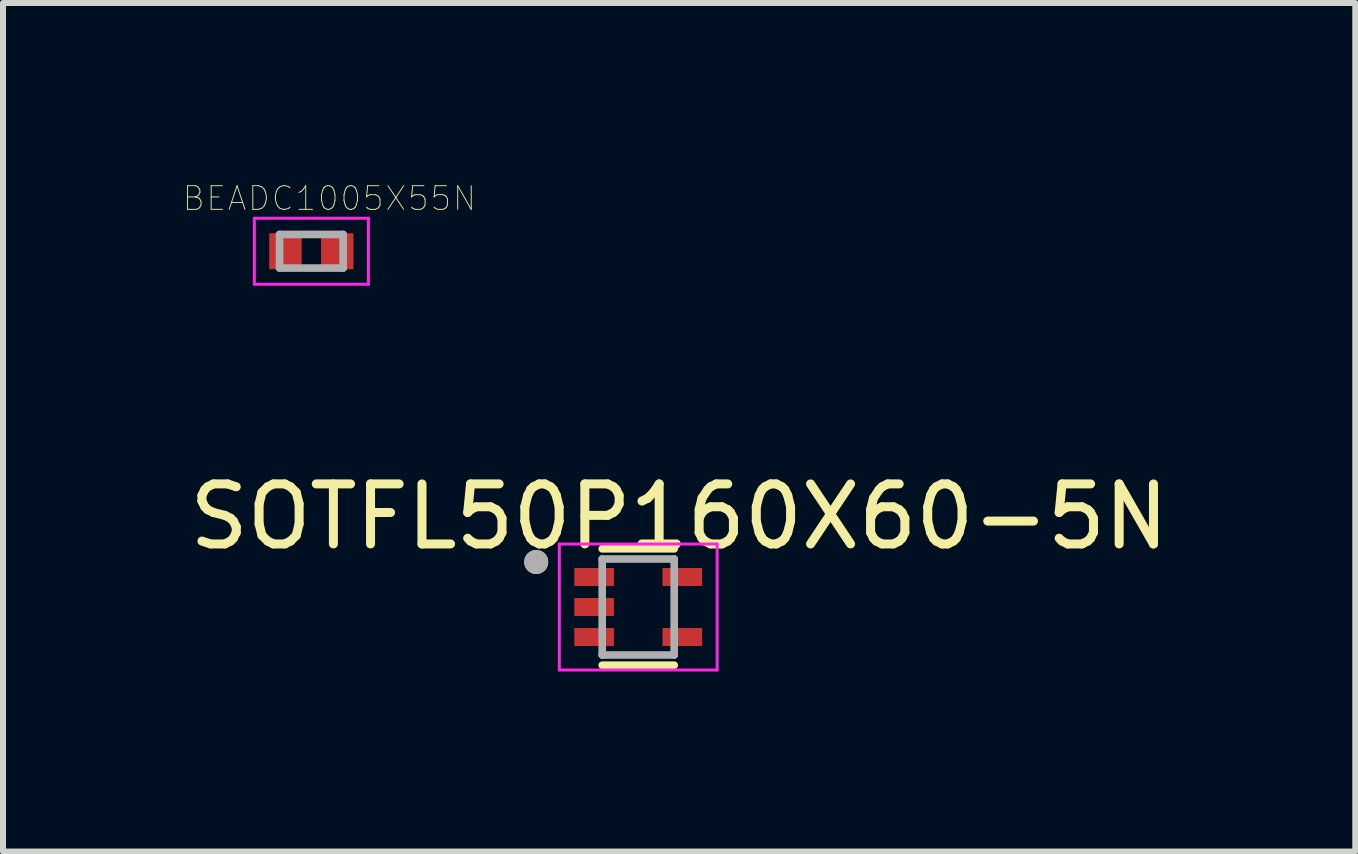
<source format=kicad_pcb>
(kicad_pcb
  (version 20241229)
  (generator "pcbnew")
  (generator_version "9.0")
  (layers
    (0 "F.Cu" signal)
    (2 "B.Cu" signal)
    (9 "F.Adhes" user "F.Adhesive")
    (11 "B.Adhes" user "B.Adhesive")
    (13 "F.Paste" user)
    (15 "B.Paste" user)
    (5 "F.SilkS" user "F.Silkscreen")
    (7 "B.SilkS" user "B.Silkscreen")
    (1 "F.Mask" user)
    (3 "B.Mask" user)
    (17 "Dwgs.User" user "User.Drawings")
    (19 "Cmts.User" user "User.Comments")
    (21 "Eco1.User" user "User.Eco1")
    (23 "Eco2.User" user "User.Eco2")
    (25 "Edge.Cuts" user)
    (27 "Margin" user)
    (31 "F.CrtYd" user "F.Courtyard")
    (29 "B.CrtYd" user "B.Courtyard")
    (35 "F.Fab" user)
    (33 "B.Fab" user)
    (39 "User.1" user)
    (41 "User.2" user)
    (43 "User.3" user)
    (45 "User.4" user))
  (footprint "SOTFL50P160X60-5N"
    (layer "F.Cu")
    (at 7.586 7.066)
    (property "Reference" "SOTFL50P160X60-5N" (at 0.682 -1.506 0) (layer "F.SilkS") (effects (font (size 1 1) (thickness 0.15))))
    (fp_line (start -0.6 -0.97) (end 0.6 -0.97) (stroke (width 0.127) (type solid)) (layer "F.SilkS"))
    (fp_line (start 0.6 0.97) (end -0.6 0.97) (stroke (width 0.127) (type solid)) (layer "F.SilkS"))
    (fp_circle (center -1.7 -0.75) (end -1.6 -0.75) (stroke (width 0.2) (type solid)) (fill no) (layer "F.SilkS"))
    (fp_line (start -1.315 -1.05) (end 1.315 -1.05) (stroke (width 0.05) (type solid)) (layer "F.CrtYd"))
    (fp_line (start -1.315 1.05) (end -1.315 -1.05) (stroke (width 0.05) (type solid)) (layer "F.CrtYd"))
    (fp_line (start 1.315 -1.05) (end 1.315 1.05) (stroke (width 0.05) (type solid)) (layer "F.CrtYd"))
    (fp_line (start 1.315 1.05) (end -1.315 1.05) (stroke (width 0.05) (type solid)) (layer "F.CrtYd"))
    (fp_line (start -0.6 -0.8) (end 0.6 -0.8) (stroke (width 0.127) (type solid)) (layer "F.Fab"))
    (fp_line (start -0.6 0.8) (end -0.6 -0.8) (stroke (width 0.127) (type solid)) (layer "F.Fab"))
    (fp_line (start 0.6 -0.8) (end 0.6 0.8) (stroke (width 0.127) (type solid)) (layer "F.Fab"))
    (fp_line (start 0.6 0.8) (end -0.6 0.8) (stroke (width 0.127) (type solid)) (layer "F.Fab"))
    (fp_circle (center -1.7 -0.75) (end -1.6 -0.75) (stroke (width 0.2) (type solid)) (fill no) (layer "F.Fab"))
    (pad "1" smd rect (at -0.735 -0.5) (size 0.66 0.3) (layers "F.Cu" "F.Mask" "F.Paste"))
    (pad "2" smd rect (at -0.735 0) (size 0.66 0.3) (layers "F.Cu" "F.Mask" "F.Paste"))
    (pad "3" smd rect (at -0.735 0.5) (size 0.66 0.3) (layers "F.Cu" "F.Mask" "F.Paste"))
    (pad "4" smd rect (at 0.735 0.5) (size 0.66 0.3) (layers "F.Cu" "F.Mask" "F.Paste"))
    (pad "5" smd rect (at 0.735 -0.5) (size 0.66 0.3) (layers "F.Cu" "F.Mask" "F.Paste")))
  (footprint "BEADC1005X55N"
    (layer "F.Cu")
    (at 2.139 1.137)
    (property "Reference" "BEADC1005X55N" (at 0.3 -0.88 0) (layer "F.SilkS") (effects (font (size 0.394 0.394) (thickness 0.015))))
    (fp_line (start -0.95 -0.55) (end 0.95 -0.55) (stroke (width 0.05) (type solid)) (layer "F.CrtYd"))
    (fp_line (start -0.95 0.55) (end -0.95 -0.55) (stroke (width 0.05) (type solid)) (layer "F.CrtYd"))
    (fp_line (start -0.95 0.55) (end 0.95 0.55) (stroke (width 0.05) (type solid)) (layer "F.CrtYd"))
    (fp_line (start 0.95 0.55) (end 0.95 -0.55) (stroke (width 0.05) (type solid)) (layer "F.CrtYd"))
    (fp_line (start -0.53 0.28) (end -0.53 -0.28) (stroke (width 0.127) (type solid)) (layer "F.Fab"))
    (fp_line (start 0.53 -0.28) (end -0.53 -0.28) (stroke (width 0.127) (type solid)) (layer "F.Fab"))
    (fp_line (start 0.53 0.28) (end -0.53 0.28) (stroke (width 0.127) (type solid)) (layer "F.Fab"))
    (fp_line (start 0.53 0.28) (end 0.53 -0.28) (stroke (width 0.127) (type solid)) (layer "F.Fab"))
    (pad "1" smd rect (at -0.432 0) (size 0.54 0.6) (layers "F.Cu" "F.Mask" "F.Paste"))
    (pad "2" smd rect (at 0.432 0) (size 0.54 0.6) (layers "F.Cu" "F.Mask" "F.Paste")))
  (gr_rect
    (start -3 -3)
    (end 19.536 11.141)
    (stroke (width 0.1) (type default))
    (fill no)
    (layer "Edge.Cuts")))
</source>
